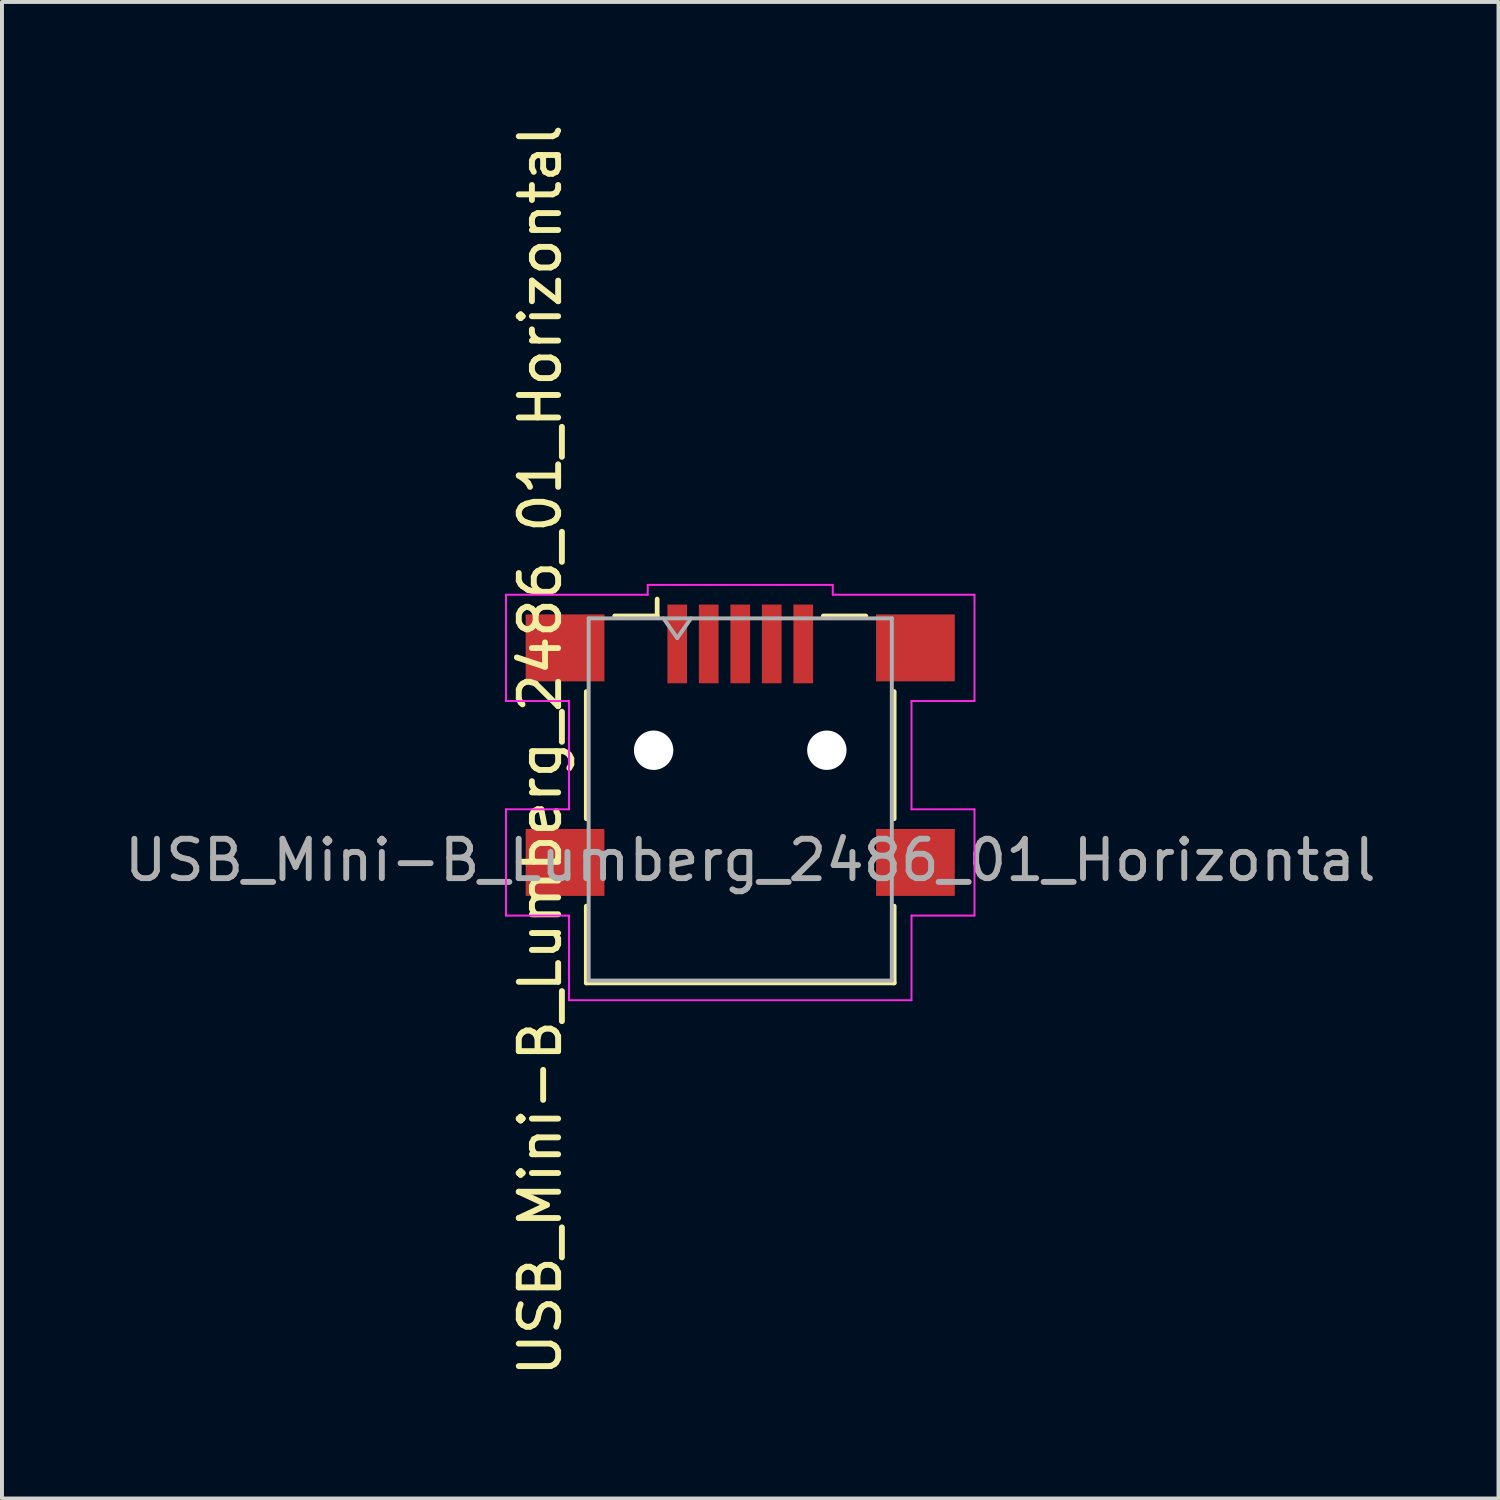
<source format=kicad_pcb>
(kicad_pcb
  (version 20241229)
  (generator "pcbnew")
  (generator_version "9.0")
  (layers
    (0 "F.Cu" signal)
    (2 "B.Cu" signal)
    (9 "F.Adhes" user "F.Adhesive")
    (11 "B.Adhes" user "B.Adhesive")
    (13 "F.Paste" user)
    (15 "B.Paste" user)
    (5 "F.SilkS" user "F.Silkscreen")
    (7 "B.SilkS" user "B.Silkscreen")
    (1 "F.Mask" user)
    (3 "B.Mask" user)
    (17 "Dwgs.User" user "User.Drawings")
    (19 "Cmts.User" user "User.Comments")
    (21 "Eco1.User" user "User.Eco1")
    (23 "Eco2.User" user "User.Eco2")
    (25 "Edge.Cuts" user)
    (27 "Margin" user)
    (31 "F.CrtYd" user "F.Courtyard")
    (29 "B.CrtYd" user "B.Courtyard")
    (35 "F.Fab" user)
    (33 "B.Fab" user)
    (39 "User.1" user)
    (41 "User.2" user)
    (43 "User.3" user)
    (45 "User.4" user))
  (footprint "USB_Mini-B_Lumberg_2486_01_Horizontal"
    (layer "F.Cu")
    (at 15.752 16.006)
    (property "Reference" "USB_Mini-B_Lumberg_2486_01_Horizontal" (at -5.08 0 270) (layer "F.SilkS") (effects (font (size 1 1) (thickness 0.15))))
    (attr smd)
    (fp_line (start -3.91 1.74) (end -3.91 -1.49) (stroke (width 0.12) (type solid)) (layer "F.SilkS"))
    (fp_line (start -3.91 5.91) (end -3.91 3.96) (stroke (width 0.12) (type solid)) (layer "F.SilkS"))
    (fp_line (start -3.19 -3.41) (end -2.11 -3.41) (stroke (width 0.12) (type solid)) (layer "F.SilkS"))
    (fp_line (start -2.11 -3.41) (end -2.11 -3.84) (stroke (width 0.12) (type solid)) (layer "F.SilkS"))
    (fp_line (start 2.11 -3.41) (end 3.19 -3.41) (stroke (width 0.12) (type solid)) (layer "F.SilkS"))
    (fp_line (start 3.91 1.74) (end 3.91 -1.49) (stroke (width 0.12) (type solid)) (layer "F.SilkS"))
    (fp_line (start 3.91 5.91) (end -3.91 5.91) (stroke (width 0.12) (type solid)) (layer "F.SilkS"))
    (fp_line (start 3.91 5.91) (end 3.91 3.96) (stroke (width 0.12) (type solid)) (layer "F.SilkS"))
    (fp_line (start -5.95 -3.95) (end -5.95 -1.25) (stroke (width 0.05) (type solid)) (layer "F.CrtYd"))
    (fp_line (start -5.95 -3.95) (end -2.35 -3.95) (stroke (width 0.05) (type solid)) (layer "F.CrtYd"))
    (fp_line (start -5.95 1.5) (end -5.95 4.2) (stroke (width 0.05) (type solid)) (layer "F.CrtYd"))
    (fp_line (start -4.35 -1.25) (end -5.95 -1.25) (stroke (width 0.05) (type solid)) (layer "F.CrtYd"))
    (fp_line (start -4.35 -1.25) (end -4.35 1.5) (stroke (width 0.05) (type solid)) (layer "F.CrtYd"))
    (fp_line (start -4.35 1.5) (end -5.95 1.5) (stroke (width 0.05) (type solid)) (layer "F.CrtYd"))
    (fp_line (start -4.35 4.2) (end -5.95 4.2) (stroke (width 0.05) (type solid)) (layer "F.CrtYd"))
    (fp_line (start -4.35 6.35) (end -4.35 4.2) (stroke (width 0.05) (type solid)) (layer "F.CrtYd"))
    (fp_line (start -4.35 6.35) (end 4.35 6.35) (stroke (width 0.05) (type solid)) (layer "F.CrtYd"))
    (fp_line (start -2.35 -3.95) (end -2.35 -4.2) (stroke (width 0.05) (type solid)) (layer "F.CrtYd"))
    (fp_line (start 2.35 -4.2) (end -2.35 -4.2) (stroke (width 0.05) (type solid)) (layer "F.CrtYd"))
    (fp_line (start 2.35 -3.95) (end 2.35 -4.2) (stroke (width 0.05) (type solid)) (layer "F.CrtYd"))
    (fp_line (start 4.35 -1.25) (end 4.35 1.5) (stroke (width 0.05) (type solid)) (layer "F.CrtYd"))
    (fp_line (start 4.35 -1.25) (end 5.95 -1.25) (stroke (width 0.05) (type solid)) (layer "F.CrtYd"))
    (fp_line (start 4.35 1.5) (end 5.95 1.5) (stroke (width 0.05) (type solid)) (layer "F.CrtYd"))
    (fp_line (start 4.35 4.2) (end 5.95 4.2) (stroke (width 0.05) (type solid)) (layer "F.CrtYd"))
    (fp_line (start 4.35 6.35) (end 4.35 4.2) (stroke (width 0.05) (type solid)) (layer "F.CrtYd"))
    (fp_line (start 5.95 -3.95) (end 2.35 -3.95) (stroke (width 0.05) (type solid)) (layer "F.CrtYd"))
    (fp_line (start 5.95 -3.95) (end 5.95 -1.25) (stroke (width 0.05) (type solid)) (layer "F.CrtYd"))
    (fp_line (start 5.95 1.5) (end 5.95 4.2) (stroke (width 0.05) (type solid)) (layer "F.CrtYd"))
    (fp_line (start -3.85 -3.35) (end -3.85 5.85) (stroke (width 0.1) (type solid)) (layer "F.Fab"))
    (fp_line (start -3.85 -3.35) (end 3.85 -3.35) (stroke (width 0.1) (type solid)) (layer "F.Fab"))
    (fp_line (start -3.85 5.85) (end 3.85 5.85) (stroke (width 0.1) (type solid)) (layer "F.Fab"))
    (fp_line (start -1.95 -3.35) (end -1.6 -2.85) (stroke (width 0.1) (type solid)) (layer "F.Fab"))
    (fp_line (start -1.6 -2.85) (end -1.25 -3.35) (stroke (width 0.1) (type solid)) (layer "F.Fab"))
    (fp_line (start 3.85 5.85) (end 3.85 -3.35) (stroke (width 0.1) (type solid)) (layer "F.Fab"))
    (fp_text user "${REFERENCE}" (at 0.254 2.794 180) (layer "F.Fab") (effects (font (size 1 1) (thickness 0.15))))
    (pad "" np_thru_hole circle (at -2.2 0) (size 1 1) (drill 1) (layers "*.Cu" "*.Mask"))
    (pad "" np_thru_hole circle (at 2.2 0) (size 1 1) (drill 1) (layers "*.Cu" "*.Mask"))
    (pad "1" smd rect (at -1.6 -2.7) (size 0.5 2) (layers "F.Cu" "F.Mask" "F.Paste"))
    (pad "2" smd rect (at -0.8 -2.7) (size 0.5 2) (layers "F.Cu" "F.Mask" "F.Paste"))
    (pad "3" smd rect (at 0 -2.7) (size 0.5 2) (layers "F.Cu" "F.Mask" "F.Paste"))
    (pad "4" smd rect (at 0.8 -2.7) (size 0.5 2) (layers "F.Cu" "F.Mask" "F.Paste"))
    (pad "5" smd rect (at 1.6 -2.7) (size 0.5 2) (layers "F.Cu" "F.Mask" "F.Paste"))
    (pad "6" smd rect (at -4.45 -2.6) (size 2 1.7) (layers "F.Cu" "F.Mask" "F.Paste"))
    (pad "6" smd rect (at -4.45 2.85) (size 2 1.7) (layers "F.Cu" "F.Mask" "F.Paste"))
    (pad "6" smd rect (at 4.45 -2.6) (size 2 1.7) (layers "F.Cu" "F.Mask" "F.Paste"))
    (pad "6" smd rect (at 4.45 2.85) (size 2 1.7) (layers "F.Cu" "F.Mask" "F.Paste")))
  (gr_rect
    (start -3 -3)
    (end 35.012 35.012)
    (stroke (width 0.1) (type default))
    (fill no)
    (layer "Edge.Cuts")))
</source>
